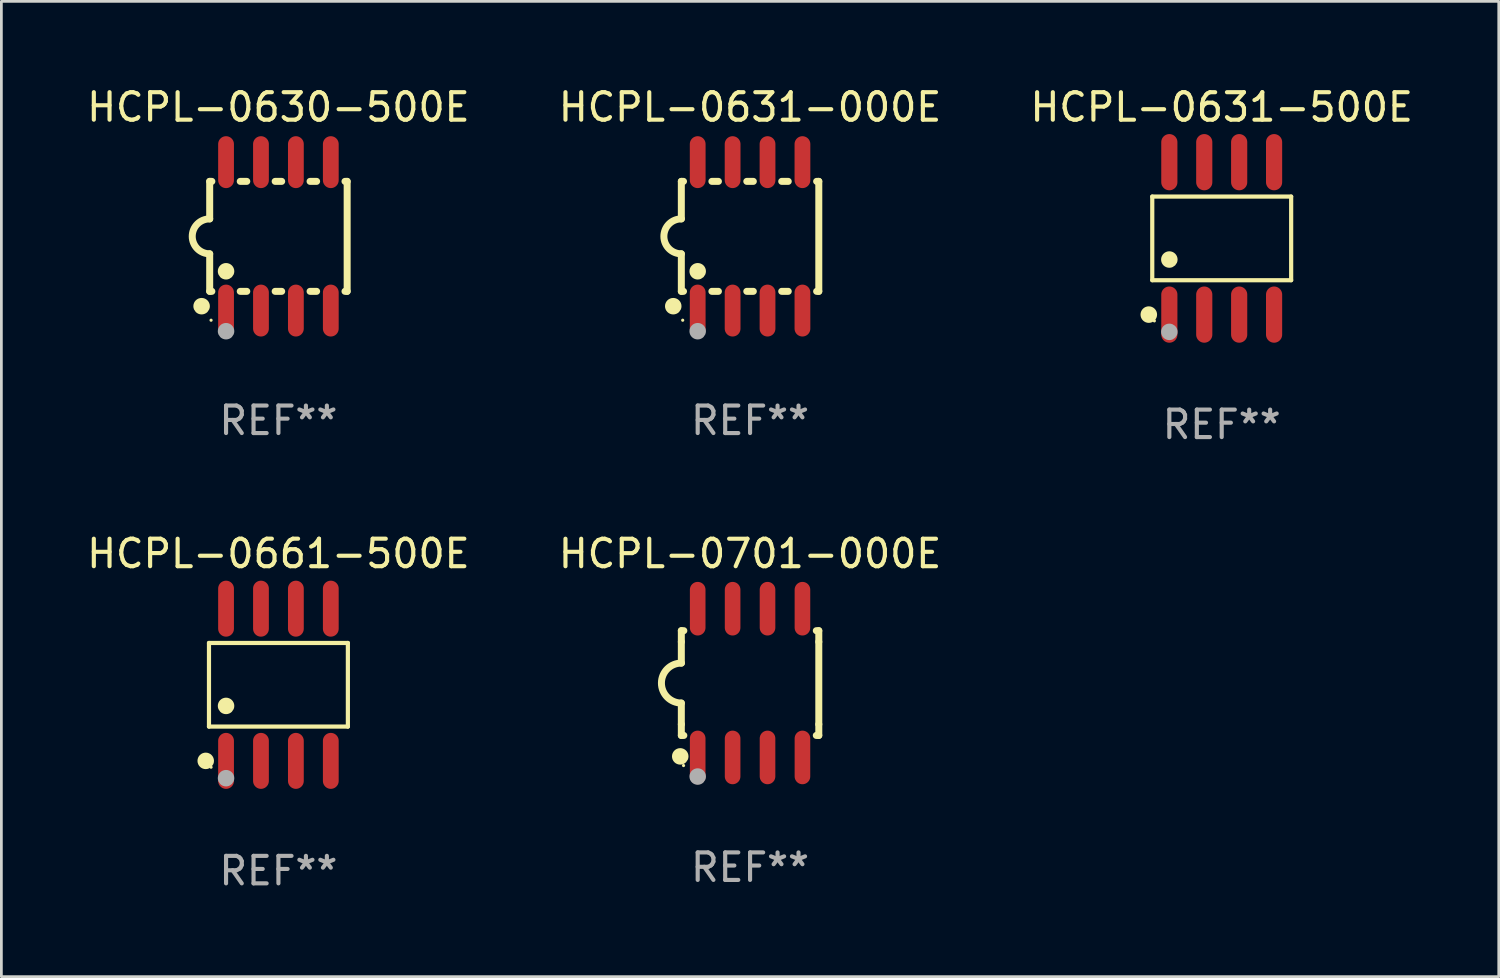
<source format=kicad_pcb>
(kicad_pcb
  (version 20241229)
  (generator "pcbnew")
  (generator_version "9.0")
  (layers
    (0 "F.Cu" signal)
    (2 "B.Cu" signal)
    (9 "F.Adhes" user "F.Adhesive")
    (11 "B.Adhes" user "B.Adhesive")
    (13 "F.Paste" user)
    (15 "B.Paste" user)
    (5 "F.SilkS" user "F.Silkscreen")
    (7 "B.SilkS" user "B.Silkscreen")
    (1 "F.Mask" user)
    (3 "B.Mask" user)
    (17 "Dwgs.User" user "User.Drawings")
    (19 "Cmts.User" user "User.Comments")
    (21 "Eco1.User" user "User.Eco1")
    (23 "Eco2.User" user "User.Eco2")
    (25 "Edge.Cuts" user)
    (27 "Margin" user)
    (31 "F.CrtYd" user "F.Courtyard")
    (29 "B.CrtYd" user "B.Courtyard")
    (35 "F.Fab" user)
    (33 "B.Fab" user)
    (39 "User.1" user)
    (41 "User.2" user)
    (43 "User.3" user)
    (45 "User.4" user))
  (footprint "HCPL-0701-000E"
    (layer "F.Cu")
    (at 24.232 21.795)
    (property "Reference" "HCPL-0701-000E" (at 0 -4.705 0) (layer "F.SilkS") (effects (font (size 1 1) (thickness 0.15))))
    (attr through_hole)
    (fp_line (start -2.5 -1.905) (end -2.409 -1.905) (stroke (width 0.254) (type solid)) (layer "F.SilkS"))
    (fp_line (start -2.5 -1.5) (end -2.5 -1.905) (stroke (width 0.254) (type solid)) (layer "F.SilkS"))
    (fp_line (start -2.5 -1.5) (end -2.5 -0.726) (stroke (width 0.254) (type solid)) (layer "F.SilkS"))
    (fp_line (start -2.5 1.5) (end -2.5 0.727) (stroke (width 0.254) (type solid)) (layer "F.SilkS"))
    (fp_line (start -2.5 1.5) (end -2.5 1.905) (stroke (width 0.254) (type solid)) (layer "F.SilkS"))
    (fp_line (start -2.5 1.905) (end -2.409 1.905) (stroke (width 0.254) (type solid)) (layer "F.SilkS"))
    (fp_line (start 2.5 -1.905) (end 2.409 -1.905) (stroke (width 0.254) (type solid)) (layer "F.SilkS"))
    (fp_line (start 2.5 -1.5) (end 2.5 -1.905) (stroke (width 0.254) (type solid)) (layer "F.SilkS"))
    (fp_line (start 2.5 -1.5) (end 2.5 1.5) (stroke (width 0.254) (type solid)) (layer "F.SilkS"))
    (fp_line (start 2.5 1.5) (end 2.5 1.905) (stroke (width 0.254) (type solid)) (layer "F.SilkS"))
    (fp_line (start 2.5 1.905) (end 2.409 1.905) (stroke (width 0.254) (type solid)) (layer "F.SilkS"))
    (fp_arc (start -2.5 0.726568) (mid -3.220316 -0.0023) (end -2.495097 -0.726289) (stroke (width 0.254001) (type solid)) (layer "F.SilkS"))
    (fp_circle (center -2.54 2.667) (end -2.39 2.667) (stroke (width 0.3) (type solid)) (fill no) (layer "F.SilkS"))
    (fp_circle (center -2.42 3) (end -2.39 3) (stroke (width 0.06) (type solid)) (fill no) (layer "F.SilkS"))
    (fp_circle (center -1.905 3.4) (end -1.755 3.4) (stroke (width 0.3) (type solid)) (fill no) (layer "F.Fab"))
    (fp_text user "REF**" (at 0 6.705 0) (layer "F.Fab") (effects (font (size 1 1) (thickness 0.15))))
    (pad "1" smd oval (at -1.905 2.705) (size 0.568 1.95) (layers "F.Cu" "F.Mask" "F.Paste"))
    (pad "2" smd oval (at -0.635 2.705) (size 0.568 1.95) (layers "F.Cu" "F.Mask" "F.Paste"))
    (pad "3" smd oval (at 0.635 2.705) (size 0.568 1.95) (layers "F.Cu" "F.Mask" "F.Paste"))
    (pad "4" smd oval (at 1.905 2.705) (size 0.568 1.95) (layers "F.Cu" "F.Mask" "F.Paste"))
    (pad "5" smd oval (at 1.905 -2.705) (size 0.568 1.95) (layers "F.Cu" "F.Mask" "F.Paste"))
    (pad "6" smd oval (at 0.635 -2.705) (size 0.568 1.95) (layers "F.Cu" "F.Mask" "F.Paste"))
    (pad "7" smd oval (at -0.635 -2.705) (size 0.568 1.95) (layers "F.Cu" "F.Mask" "F.Paste"))
    (pad "8" smd oval (at -1.905 -2.705) (size 0.568 1.95) (layers "F.Cu" "F.Mask" "F.Paste")))
  (footprint "HCPL-0630-500E"
    (layer "F.Cu")
    (at 7.077 5.547)
    (property "Reference" "HCPL-0630-500E" (at 0 -4.699 0) (layer "F.SilkS") (effects (font (size 1 1) (thickness 0.15))))
    (attr through_hole)
    (fp_line (start -2.5 -2) (end -2.5 -0.635) (stroke (width 0.254) (type solid)) (layer "F.SilkS"))
    (fp_line (start -2.5 -2) (end -2.421 -2) (stroke (width 0.254) (type solid)) (layer "F.SilkS"))
    (fp_line (start -2.5 2) (end -2.5 0.635) (stroke (width 0.254) (type solid)) (layer "F.SilkS"))
    (fp_line (start -2.5 2) (end -2.421 2) (stroke (width 0.254) (type solid)) (layer "F.SilkS"))
    (fp_line (start -1.389 -2) (end -1.151 -2) (stroke (width 0.254) (type solid)) (layer "F.SilkS"))
    (fp_line (start -1.389 2) (end -1.151 2) (stroke (width 0.254) (type solid)) (layer "F.SilkS"))
    (fp_line (start -0.119 -2) (end 0.119 -2) (stroke (width 0.254) (type solid)) (layer "F.SilkS"))
    (fp_line (start -0.119 2) (end 0.119 2) (stroke (width 0.254) (type solid)) (layer "F.SilkS"))
    (fp_line (start 1.151 -2) (end 1.389 -2) (stroke (width 0.254) (type solid)) (layer "F.SilkS"))
    (fp_line (start 1.151 2) (end 1.389 2) (stroke (width 0.254) (type solid)) (layer "F.SilkS"))
    (fp_line (start 2.421 -2) (end 2.5 -2) (stroke (width 0.254) (type solid)) (layer "F.SilkS"))
    (fp_line (start 2.421 2) (end 2.5 2) (stroke (width 0.254) (type solid)) (layer "F.SilkS"))
    (fp_line (start 2.5 -2) (end 2.5 2) (stroke (width 0.254) (type solid)) (layer "F.SilkS"))
    (fp_arc (start -2.5 0.635001) (mid -3.134366 -0.000318) (end -2.499365 -0.635001) (stroke (width 0.254001) (type solid)) (layer "F.SilkS"))
    (fp_circle (center -2.794 2.54) (end -2.644 2.54) (stroke (width 0.3) (type solid)) (fill no) (layer "F.SilkS"))
    (fp_circle (center -2.45 3.05) (end -2.42 3.05) (stroke (width 0.06) (type solid)) (fill no) (layer "F.SilkS"))
    (fp_circle (center -1.905 1.27) (end -1.755 1.27) (stroke (width 0.3) (type solid)) (fill no) (layer "F.SilkS"))
    (fp_circle (center -1.905 3.45) (end -1.755 3.45) (stroke (width 0.3) (type solid)) (fill no) (layer "F.Fab"))
    (fp_text user "REF**" (at 0 6.699 0) (layer "F.Fab") (effects (font (size 1 1) (thickness 0.15))))
    (pad "1" smd oval (at -1.905 2.699) (size 0.574 1.888) (layers "F.Cu" "F.Mask" "F.Paste"))
    (pad "2" smd oval (at -0.635 2.699) (size 0.574 1.888) (layers "F.Cu" "F.Mask" "F.Paste"))
    (pad "3" smd oval (at 0.635 2.699) (size 0.574 1.888) (layers "F.Cu" "F.Mask" "F.Paste"))
    (pad "4" smd oval (at 1.905 2.699) (size 0.574 1.888) (layers "F.Cu" "F.Mask" "F.Paste"))
    (pad "5" smd oval (at 1.905 -2.699) (size 0.574 1.888) (layers "F.Cu" "F.Mask" "F.Paste"))
    (pad "6" smd oval (at 0.635 -2.699) (size 0.574 1.888) (layers "F.Cu" "F.Mask" "F.Paste"))
    (pad "7" smd oval (at -0.635 -2.699) (size 0.574 1.888) (layers "F.Cu" "F.Mask" "F.Paste"))
    (pad "8" smd oval (at -1.905 -2.699) (size 0.574 1.888) (layers "F.Cu" "F.Mask" "F.Paste")))
  (footprint "HCPL-0631-500E"
    (layer "F.Cu")
    (at 41.387 5.621)
    (property "Reference" "HCPL-0631-500E" (at 0 -4.772 0) (layer "F.SilkS") (effects (font (size 1 1) (thickness 0.15))))
    (attr through_hole)
    (fp_line (start -2.526 -1.521) (end 2.526 -1.521) (stroke (width 0.152) (type solid)) (layer "F.SilkS"))
    (fp_line (start -2.526 1.521) (end -2.526 -1.521) (stroke (width 0.152) (type solid)) (layer "F.SilkS"))
    (fp_line (start 2.526 -1.521) (end 2.526 1.521) (stroke (width 0.152) (type solid)) (layer "F.SilkS"))
    (fp_line (start 2.526 1.521) (end -2.526 1.521) (stroke (width 0.152) (type solid)) (layer "F.SilkS"))
    (fp_circle (center -2.652 2.772) (end -2.501 2.772) (stroke (width 0.3) (type solid)) (fill no) (layer "F.SilkS"))
    (fp_circle (center -2.45 3) (end -2.42 3) (stroke (width 0.06) (type solid)) (fill no) (layer "F.SilkS"))
    (fp_circle (center -1.905 0.769) (end -1.755 0.769) (stroke (width 0.3) (type solid)) (fill no) (layer "F.SilkS"))
    (fp_circle (center -1.905 3.4) (end -1.755 3.4) (stroke (width 0.3) (type solid)) (fill no) (layer "F.Fab"))
    (fp_text user "REF**" (at 0 6.772 0) (layer "F.Fab") (effects (font (size 1 1) (thickness 0.15))))
    (pad "1" smd oval (at -1.905 2.772) (size 0.588 2.045) (layers "F.Cu" "F.Mask" "F.Paste"))
    (pad "2" smd oval (at -0.635 2.772) (size 0.588 2.045) (layers "F.Cu" "F.Mask" "F.Paste"))
    (pad "3" smd oval (at 0.635 2.772) (size 0.588 2.045) (layers "F.Cu" "F.Mask" "F.Paste"))
    (pad "4" smd oval (at 1.905 2.772) (size 0.588 2.045) (layers "F.Cu" "F.Mask" "F.Paste"))
    (pad "5" smd oval (at 1.905 -2.772) (size 0.588 2.045) (layers "F.Cu" "F.Mask" "F.Paste"))
    (pad "6" smd oval (at 0.635 -2.772) (size 0.588 2.045) (layers "F.Cu" "F.Mask" "F.Paste"))
    (pad "7" smd oval (at -0.635 -2.772) (size 0.588 2.045) (layers "F.Cu" "F.Mask" "F.Paste"))
    (pad "8" smd oval (at -1.905 -2.772) (size 0.588 2.045) (layers "F.Cu" "F.Mask" "F.Paste")))
  (footprint "HCPL-0661-500E"
    (layer "F.Cu")
    (at 7.077 21.857)
    (property "Reference" "HCPL-0661-500E" (at 0 -4.768 0) (layer "F.SilkS") (effects (font (size 1 1) (thickness 0.15))))
    (attr through_hole)
    (fp_line (start -2.526 -1.521) (end 2.526 -1.521) (stroke (width 0.152) (type solid)) (layer "F.SilkS"))
    (fp_line (start -2.526 1.521) (end -2.526 -1.521) (stroke (width 0.152) (type solid)) (layer "F.SilkS"))
    (fp_line (start 2.526 -1.521) (end 2.526 1.521) (stroke (width 0.152) (type solid)) (layer "F.SilkS"))
    (fp_line (start 2.526 1.521) (end -2.526 1.521) (stroke (width 0.152) (type solid)) (layer "F.SilkS"))
    (fp_circle (center -2.644 2.768) (end -2.494 2.768) (stroke (width 0.3) (type solid)) (fill no) (layer "F.SilkS"))
    (fp_circle (center -2.45 2.998) (end -2.42 2.998) (stroke (width 0.06) (type solid)) (fill no) (layer "F.SilkS"))
    (fp_circle (center -1.905 0.769) (end -1.755 0.769) (stroke (width 0.3) (type solid)) (fill no) (layer "F.SilkS"))
    (fp_circle (center -1.905 3.398) (end -1.755 3.398) (stroke (width 0.3) (type solid)) (fill no) (layer "F.Fab"))
    (fp_text user "REF**" (at 0 6.768 0) (layer "F.Fab") (effects (font (size 1 1) (thickness 0.15))))
    (pad "1" smd oval (at -1.905 2.768) (size 0.574 2.036) (layers "F.Cu" "F.Mask" "F.Paste"))
    (pad "2" smd oval (at -0.635 2.768) (size 0.574 2.036) (layers "F.Cu" "F.Mask" "F.Paste"))
    (pad "3" smd oval (at 0.635 2.768) (size 0.574 2.036) (layers "F.Cu" "F.Mask" "F.Paste"))
    (pad "4" smd oval (at 1.905 2.768) (size 0.574 2.036) (layers "F.Cu" "F.Mask" "F.Paste"))
    (pad "5" smd oval (at 1.905 -2.768) (size 0.574 2.036) (layers "F.Cu" "F.Mask" "F.Paste"))
    (pad "6" smd oval (at 0.635 -2.768) (size 0.574 2.036) (layers "F.Cu" "F.Mask" "F.Paste"))
    (pad "7" smd oval (at -0.635 -2.768) (size 0.574 2.036) (layers "F.Cu" "F.Mask" "F.Paste"))
    (pad "8" smd oval (at -1.905 -2.768) (size 0.574 2.036) (layers "F.Cu" "F.Mask" "F.Paste")))
  (footprint "HCPL-0631-000E"
    (layer "F.Cu")
    (at 24.232 5.547)
    (property "Reference" "HCPL-0631-000E" (at 0 -4.699 0) (layer "F.SilkS") (effects (font (size 1 1) (thickness 0.15))))
    (attr through_hole)
    (fp_line (start -2.5 -2) (end -2.5 -0.635) (stroke (width 0.254) (type solid)) (layer "F.SilkS"))
    (fp_line (start -2.5 -2) (end -2.421 -2) (stroke (width 0.254) (type solid)) (layer "F.SilkS"))
    (fp_line (start -2.5 2) (end -2.5 0.635) (stroke (width 0.254) (type solid)) (layer "F.SilkS"))
    (fp_line (start -2.5 2) (end -2.421 2) (stroke (width 0.254) (type solid)) (layer "F.SilkS"))
    (fp_line (start -1.389 -2) (end -1.151 -2) (stroke (width 0.254) (type solid)) (layer "F.SilkS"))
    (fp_line (start -1.389 2) (end -1.151 2) (stroke (width 0.254) (type solid)) (layer "F.SilkS"))
    (fp_line (start -0.119 -2) (end 0.119 -2) (stroke (width 0.254) (type solid)) (layer "F.SilkS"))
    (fp_line (start -0.119 2) (end 0.119 2) (stroke (width 0.254) (type solid)) (layer "F.SilkS"))
    (fp_line (start 1.151 -2) (end 1.389 -2) (stroke (width 0.254) (type solid)) (layer "F.SilkS"))
    (fp_line (start 1.151 2) (end 1.389 2) (stroke (width 0.254) (type solid)) (layer "F.SilkS"))
    (fp_line (start 2.421 -2) (end 2.5 -2) (stroke (width 0.254) (type solid)) (layer "F.SilkS"))
    (fp_line (start 2.421 2) (end 2.5 2) (stroke (width 0.254) (type solid)) (layer "F.SilkS"))
    (fp_line (start 2.5 -2) (end 2.5 2) (stroke (width 0.254) (type solid)) (layer "F.SilkS"))
    (fp_arc (start -2.5 0.635001) (mid -3.134366 -0.000318) (end -2.499365 -0.635001) (stroke (width 0.254001) (type solid)) (layer "F.SilkS"))
    (fp_circle (center -2.794 2.54) (end -2.644 2.54) (stroke (width 0.3) (type solid)) (fill no) (layer "F.SilkS"))
    (fp_circle (center -2.45 3.05) (end -2.42 3.05) (stroke (width 0.06) (type solid)) (fill no) (layer "F.SilkS"))
    (fp_circle (center -1.905 1.27) (end -1.755 1.27) (stroke (width 0.3) (type solid)) (fill no) (layer "F.SilkS"))
    (fp_circle (center -1.905 3.45) (end -1.755 3.45) (stroke (width 0.3) (type solid)) (fill no) (layer "F.Fab"))
    (fp_text user "REF**" (at 0 6.699 0) (layer "F.Fab") (effects (font (size 1 1) (thickness 0.15))))
    (pad "1" smd oval (at -1.905 2.699) (size 0.574 1.888) (layers "F.Cu" "F.Mask" "F.Paste"))
    (pad "2" smd oval (at -0.635 2.699) (size 0.574 1.888) (layers "F.Cu" "F.Mask" "F.Paste"))
    (pad "3" smd oval (at 0.635 2.699) (size 0.574 1.888) (layers "F.Cu" "F.Mask" "F.Paste"))
    (pad "4" smd oval (at 1.905 2.699) (size 0.574 1.888) (layers "F.Cu" "F.Mask" "F.Paste"))
    (pad "5" smd oval (at 1.905 -2.699) (size 0.574 1.888) (layers "F.Cu" "F.Mask" "F.Paste"))
    (pad "6" smd oval (at 0.635 -2.699) (size 0.574 1.888) (layers "F.Cu" "F.Mask" "F.Paste"))
    (pad "7" smd oval (at -0.635 -2.699) (size 0.574 1.888) (layers "F.Cu" "F.Mask" "F.Paste"))
    (pad "8" smd oval (at -1.905 -2.699) (size 0.574 1.888) (layers "F.Cu" "F.Mask" "F.Paste")))
  (gr_rect
    (start -3 -3)
    (end 51.464 32.474)
    (stroke (width 0.1) (type default))
    (fill no)
    (layer "Edge.Cuts")))
</source>
